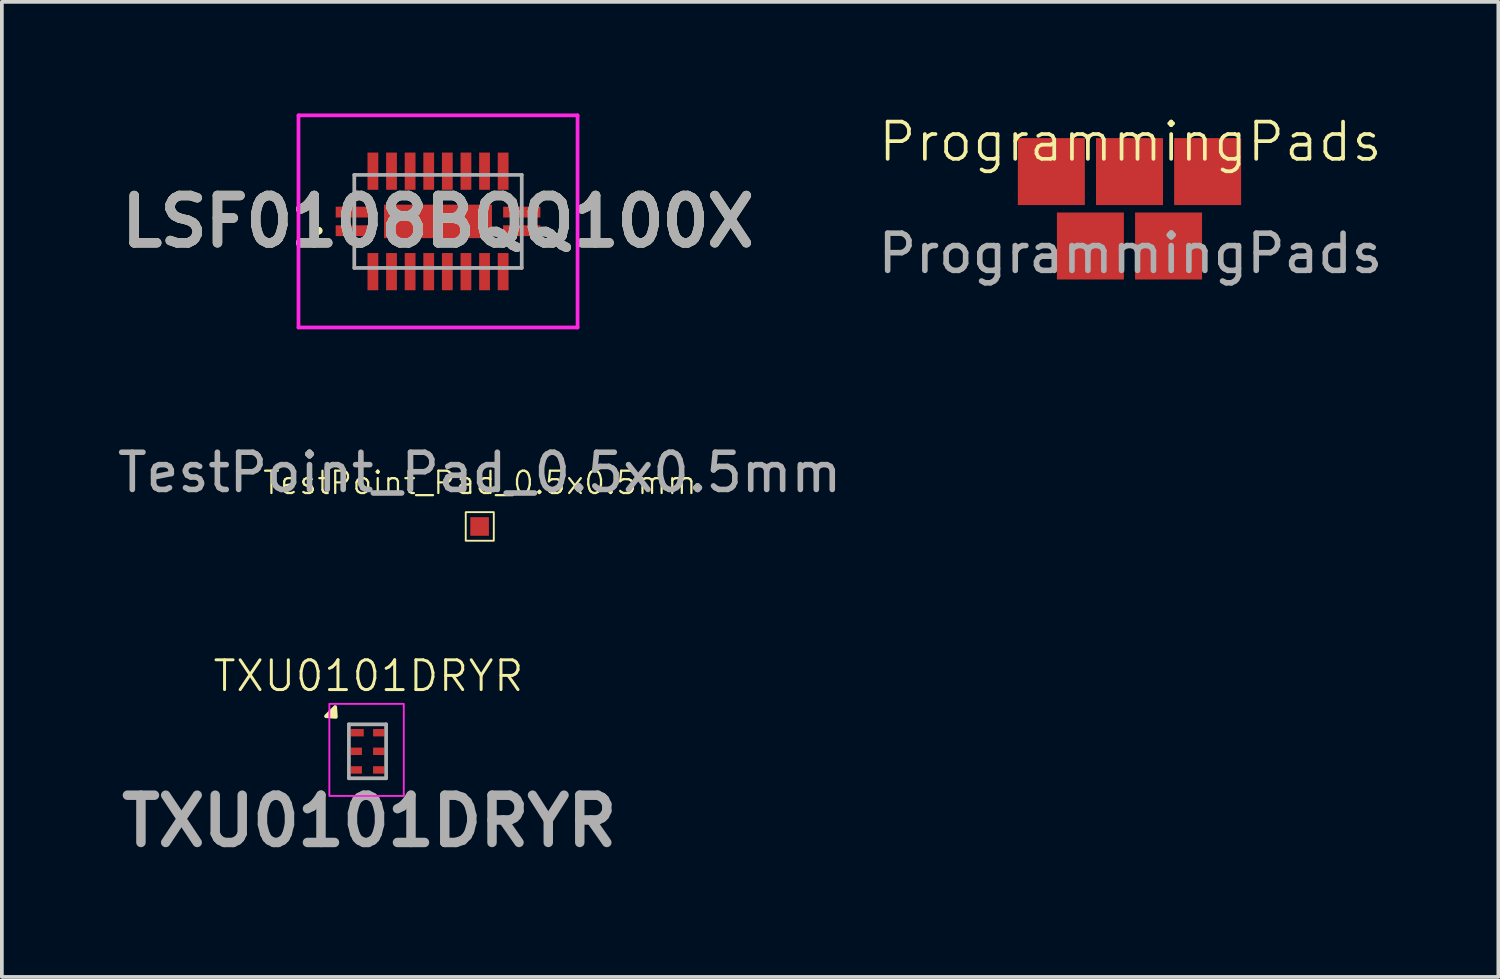
<source format=kicad_pcb>
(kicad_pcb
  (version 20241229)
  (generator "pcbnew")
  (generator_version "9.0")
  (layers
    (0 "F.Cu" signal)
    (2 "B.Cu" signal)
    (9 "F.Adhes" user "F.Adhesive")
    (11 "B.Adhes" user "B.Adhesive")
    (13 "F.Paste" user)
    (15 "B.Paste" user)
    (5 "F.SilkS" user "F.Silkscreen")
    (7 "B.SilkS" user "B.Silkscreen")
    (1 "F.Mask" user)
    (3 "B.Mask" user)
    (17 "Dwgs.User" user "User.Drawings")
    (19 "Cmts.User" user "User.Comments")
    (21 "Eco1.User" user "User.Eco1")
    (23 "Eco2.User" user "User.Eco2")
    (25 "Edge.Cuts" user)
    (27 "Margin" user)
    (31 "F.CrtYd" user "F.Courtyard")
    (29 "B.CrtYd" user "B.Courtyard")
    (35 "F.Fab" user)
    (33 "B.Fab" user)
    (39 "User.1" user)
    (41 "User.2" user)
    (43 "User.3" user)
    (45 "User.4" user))
  (footprint "ProgrammingPads"
    (layer "F.Cu")
    (at 27.528 3.111)
    (property "Reference" "ProgrammingPads" (at -0.2 -2.35 0) (unlocked yes) (layer "F.SilkS") (effects (font (size 1 1) (thickness 0.1))))
    (attr smd)
    (fp_text user "${REFERENCE}" (at -0.2 0.65 0) (unlocked yes) (layer "F.Fab") (effects (font (size 1 1) (thickness 0.15))))
    (pad "1" smd rect (at -2.325 -1.55) (size 1.8 1.8) (layers "F.Cu" "F.Mask"))
    (pad "2" smd rect (at -0.225 -1.55) (size 1.8 1.8) (layers "F.Cu" "F.Mask"))
    (pad "3" smd rect (at 1.875 -1.55) (size 1.8 1.8) (layers "F.Cu" "F.Mask"))
    (pad "4" smd rect (at -1.275 0.45) (size 1.8 1.8) (layers "F.Cu" "F.Mask"))
    (pad "5" smd rect (at 0.825 0.45) (size 1.8 1.8) (layers "F.Cu" "F.Mask")))
  (footprint "TXU0101DRYR"
    (layer "F.Cu")
    (at 6.826 17.14)
    (property "Reference" "TXU0101DRYR" (at 0.025 -2.025 0) (layer "F.SilkS") (effects (font (size 0.8 0.8) (thickness 0.08))))
    (attr smd)
    (fp_poly (pts (xy -0.85 -0.925) (xy -0.868 -1.19) (xy -1.115 -0.943)) (stroke (width 0.1) (type solid)) (fill yes) (layer "F.SilkS"))
    (fp_rect (start -1.025 -1.275) (end 0.975 1.2) (stroke (width 0.05) (type default)) (fill no) (layer "F.CrtYd"))
    (fp_line (start -0.5 -0.725) (end -0.5 0.725) (stroke (width 0.1) (type solid)) (layer "F.Fab"))
    (fp_line (start -0.5 0.725) (end 0.5 0.725) (stroke (width 0.1) (type solid)) (layer "F.Fab"))
    (fp_line (start 0.5 -0.725) (end -0.5 -0.725) (stroke (width 0.1) (type solid)) (layer "F.Fab"))
    (fp_line (start 0.5 0.725) (end 0.5 -0.725) (stroke (width 0.1) (type solid)) (layer "F.Fab"))
    (fp_text user "${REFERENCE}" (at 0.05 1.875 0) (layer "F.Fab") (effects (font (size 1.27 1.27) (thickness 0.254))))
    (pad "1" smd rect (at -0.275 -0.5 90) (size 0.2 0.35) (layers "F.Cu" "F.Mask" "F.Paste"))
    (pad "2" smd rect (at -0.3 0 90) (size 0.2 0.3) (layers "F.Cu" "F.Mask" "F.Paste"))
    (pad "3" smd rect (at -0.3 0.5 90) (size 0.2 0.3) (layers "F.Cu" "F.Mask" "F.Paste"))
    (pad "4" smd rect (at 0.3 0.5 90) (size 0.2 0.3) (layers "F.Cu" "F.Mask" "F.Paste"))
    (pad "5" smd rect (at 0.3 0 90) (size 0.2 0.3) (layers "F.Cu" "F.Mask" "F.Paste"))
    (pad "6" smd rect (at 0.3 -0.5 90) (size 0.2 0.3) (layers "F.Cu" "F.Mask" "F.Paste")))
  (footprint "LSF0108BQQ100X"
    (layer "F.Cu")
    (at 8.721 2.9)
    (property "Reference" "LSF0108BQQ100X" (at 0 0 0) (layer "F.SilkS") (effects (font (size 1.27 1.27) (thickness 0.254))))
    (attr smd)
    (fp_line (start -3.2 0.2) (end -3.2 0.2) (stroke (width 0.1) (type solid)) (layer "F.SilkS"))
    (fp_line (start -3.2 0.3) (end -3.2 0.3) (stroke (width 0.1) (type solid)) (layer "F.SilkS"))
    (fp_arc (start -3.2 0.2) (mid -3.15 0.25) (end -3.2 0.3) (stroke (width 0.1) (type solid)) (layer "F.SilkS"))
    (fp_arc (start -3.2 0.3) (mid -3.25 0.25) (end -3.2 0.2) (stroke (width 0.1) (type solid)) (layer "F.SilkS"))
    (fp_line (start -3.75 -2.85) (end 3.75 -2.85) (stroke (width 0.1) (type solid)) (layer "F.CrtYd"))
    (fp_line (start -3.75 2.85) (end -3.75 -2.85) (stroke (width 0.1) (type solid)) (layer "F.CrtYd"))
    (fp_line (start 3.75 -2.85) (end 3.75 2.85) (stroke (width 0.1) (type solid)) (layer "F.CrtYd"))
    (fp_line (start 3.75 2.85) (end -3.75 2.85) (stroke (width 0.1) (type solid)) (layer "F.CrtYd"))
    (fp_line (start -2.25 -1.25) (end 2.25 -1.25) (stroke (width 0.1) (type solid)) (layer "F.Fab"))
    (fp_line (start -2.25 1.25) (end -2.25 -1.25) (stroke (width 0.1) (type solid)) (layer "F.Fab"))
    (fp_line (start 2.25 -1.25) (end 2.25 1.25) (stroke (width 0.1) (type solid)) (layer "F.Fab"))
    (fp_line (start 2.25 1.25) (end -2.25 1.25) (stroke (width 0.1) (type solid)) (layer "F.Fab"))
    (fp_text user "${REFERENCE}" (at 0 0 0) (layer "F.Fab") (effects (font (size 1.27 1.27) (thickness 0.254))))
    (pad "1" smd rect (at -2.25 0.25 90) (size 0.29 1) (layers "F.Cu" "F.Mask" "F.Paste"))
    (pad "2" smd rect (at -1.75 1.35) (size 0.29 1) (layers "F.Cu" "F.Mask" "F.Paste"))
    (pad "3" smd rect (at -1.25 1.35) (size 0.29 1) (layers "F.Cu" "F.Mask" "F.Paste"))
    (pad "4" smd rect (at -0.75 1.35) (size 0.29 1) (layers "F.Cu" "F.Mask" "F.Paste"))
    (pad "5" smd rect (at -0.25 1.35) (size 0.29 1) (layers "F.Cu" "F.Mask" "F.Paste"))
    (pad "6" smd rect (at 0.25 1.35) (size 0.29 1) (layers "F.Cu" "F.Mask" "F.Paste"))
    (pad "7" smd rect (at 0.75 1.35) (size 0.29 1) (layers "F.Cu" "F.Mask" "F.Paste"))
    (pad "8" smd rect (at 1.25 1.35) (size 0.29 1) (layers "F.Cu" "F.Mask" "F.Paste"))
    (pad "9" smd rect (at 1.75 1.35) (size 0.29 1) (layers "F.Cu" "F.Mask" "F.Paste"))
    (pad "10" smd rect (at 2.25 0.25 90) (size 0.29 1) (layers "F.Cu" "F.Mask" "F.Paste"))
    (pad "11" smd rect (at 2.25 -0.25 90) (size 0.29 1) (layers "F.Cu" "F.Mask" "F.Paste"))
    (pad "12" smd rect (at 1.75 -1.35) (size 0.29 1) (layers "F.Cu" "F.Mask" "F.Paste"))
    (pad "13" smd rect (at 1.25 -1.35) (size 0.29 1) (layers "F.Cu" "F.Mask" "F.Paste"))
    (pad "14" smd rect (at 0.75 -1.35) (size 0.29 1) (layers "F.Cu" "F.Mask" "F.Paste"))
    (pad "15" smd rect (at 0.25 -1.35) (size 0.29 1) (layers "F.Cu" "F.Mask" "F.Paste"))
    (pad "16" smd rect (at -0.25 -1.35) (size 0.29 1) (layers "F.Cu" "F.Mask" "F.Paste"))
    (pad "17" smd rect (at -0.75 -1.35) (size 0.29 1) (layers "F.Cu" "F.Mask" "F.Paste"))
    (pad "18" smd rect (at -1.25 -1.35) (size 0.29 1) (layers "F.Cu" "F.Mask" "F.Paste"))
    (pad "19" smd rect (at -1.75 -1.35) (size 0.29 1) (layers "F.Cu" "F.Mask" "F.Paste"))
    (pad "20" smd rect (at -2.25 -0.25 90) (size 0.29 1) (layers "F.Cu" "F.Mask" "F.Paste"))
    (pad "21" smd rect (at 0 0 90) (size 0.9 2.9) (layers "F.Cu" "F.Mask" "F.Paste")))
  (footprint "TestPoint_Pad_0.5x0.5mm"
    (layer "F.Cu")
    (at 9.839 11.098)
    (property "Reference" "TestPoint_Pad_0.5x0.5mm" (at 0.005 -1.174 0) (layer "F.SilkS") (effects (font (size 0.6 0.6) (thickness 0.06))))
    (attr exclude_from_pos_files exclude_from_bom)
    (fp_rect (start -0.373 -0.385) (end 0.381 0.383) (stroke (width 0.05) (type default)) (fill no) (layer "F.SilkS"))
    (fp_text user "${REFERENCE}" (at 0 -1.45 0) (layer "F.Fab") (effects (font (size 1 1) (thickness 0.15))))
    (pad "1" smd rect (at 0 0) (size 0.5 0.5) (layers "F.Cu" "F.Mask")))
  (gr_rect
    (start -3 -3)
    (end 37.215 23.203)
    (stroke (width 0.1) (type default))
    (fill no)
    (layer "Edge.Cuts")))
</source>
